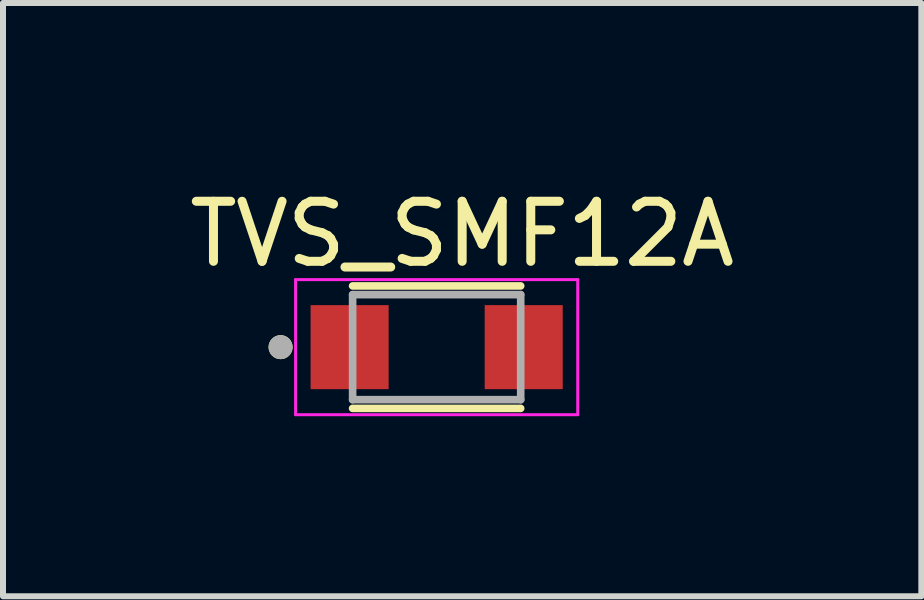
<source format=kicad_pcb>
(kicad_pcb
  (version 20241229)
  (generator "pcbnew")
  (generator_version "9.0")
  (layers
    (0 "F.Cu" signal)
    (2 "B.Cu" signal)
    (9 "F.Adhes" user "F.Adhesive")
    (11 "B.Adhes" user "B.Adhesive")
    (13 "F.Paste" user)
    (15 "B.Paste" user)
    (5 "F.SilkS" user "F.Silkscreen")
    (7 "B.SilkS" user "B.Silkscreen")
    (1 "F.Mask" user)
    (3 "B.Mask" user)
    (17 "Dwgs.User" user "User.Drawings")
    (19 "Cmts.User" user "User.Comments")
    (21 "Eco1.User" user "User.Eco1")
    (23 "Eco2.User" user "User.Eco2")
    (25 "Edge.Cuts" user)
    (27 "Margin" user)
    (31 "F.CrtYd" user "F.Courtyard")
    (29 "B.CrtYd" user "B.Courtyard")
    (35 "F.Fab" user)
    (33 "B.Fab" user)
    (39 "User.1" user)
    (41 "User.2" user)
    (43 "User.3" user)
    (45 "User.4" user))
  (footprint "TVS_SMF12A"
    (layer "F.Cu")
    (at 4.224 2.733)
    (property "Reference" "TVS_SMF12A" (at 0.425 -1.885 0) (layer "F.SilkS") (effects (font (size 1 1) (thickness 0.15))))
    (attr smd)
    (fp_line (start -1.4 -1.02) (end 1.4 -1.02) (stroke (width 0.127) (type solid)) (layer "F.SilkS"))
    (fp_line (start 1.4 1.02) (end -1.4 1.02) (stroke (width 0.127) (type solid)) (layer "F.SilkS"))
    (fp_circle (center -2.6 0) (end -2.5 0) (stroke (width 0.2) (type solid)) (fill no) (layer "F.SilkS"))
    (fp_line (start -2.35 -1.125) (end 2.35 -1.125) (stroke (width 0.05) (type solid)) (layer "F.CrtYd"))
    (fp_line (start -2.35 1.125) (end -2.35 -1.125) (stroke (width 0.05) (type solid)) (layer "F.CrtYd"))
    (fp_line (start 2.35 -1.125) (end 2.35 1.125) (stroke (width 0.05) (type solid)) (layer "F.CrtYd"))
    (fp_line (start 2.35 1.125) (end -2.35 1.125) (stroke (width 0.05) (type solid)) (layer "F.CrtYd"))
    (fp_line (start -1.4 -0.875) (end 1.4 -0.875) (stroke (width 0.127) (type solid)) (layer "F.Fab"))
    (fp_line (start -1.4 0.875) (end -1.4 -0.875) (stroke (width 0.127) (type solid)) (layer "F.Fab"))
    (fp_line (start 1.4 -0.875) (end 1.4 0.875) (stroke (width 0.127) (type solid)) (layer "F.Fab"))
    (fp_line (start 1.4 0.875) (end -1.4 0.875) (stroke (width 0.127) (type solid)) (layer "F.Fab"))
    (fp_circle (center -2.6 0) (end -2.5 0) (stroke (width 0.2) (type solid)) (fill no) (layer "F.Fab"))
    (pad "1" smd rect (at -1.45 0) (size 1.3 1.4) (layers "F.Cu" "F.Mask" "F.Paste"))
    (pad "2" smd rect (at 1.45 0) (size 1.3 1.4) (layers "F.Cu" "F.Mask" "F.Paste")))
  (gr_rect
    (start -3 -3)
    (end 12.298 6.883)
    (stroke (width 0.1) (type default))
    (fill no)
    (layer "Edge.Cuts")))
</source>
